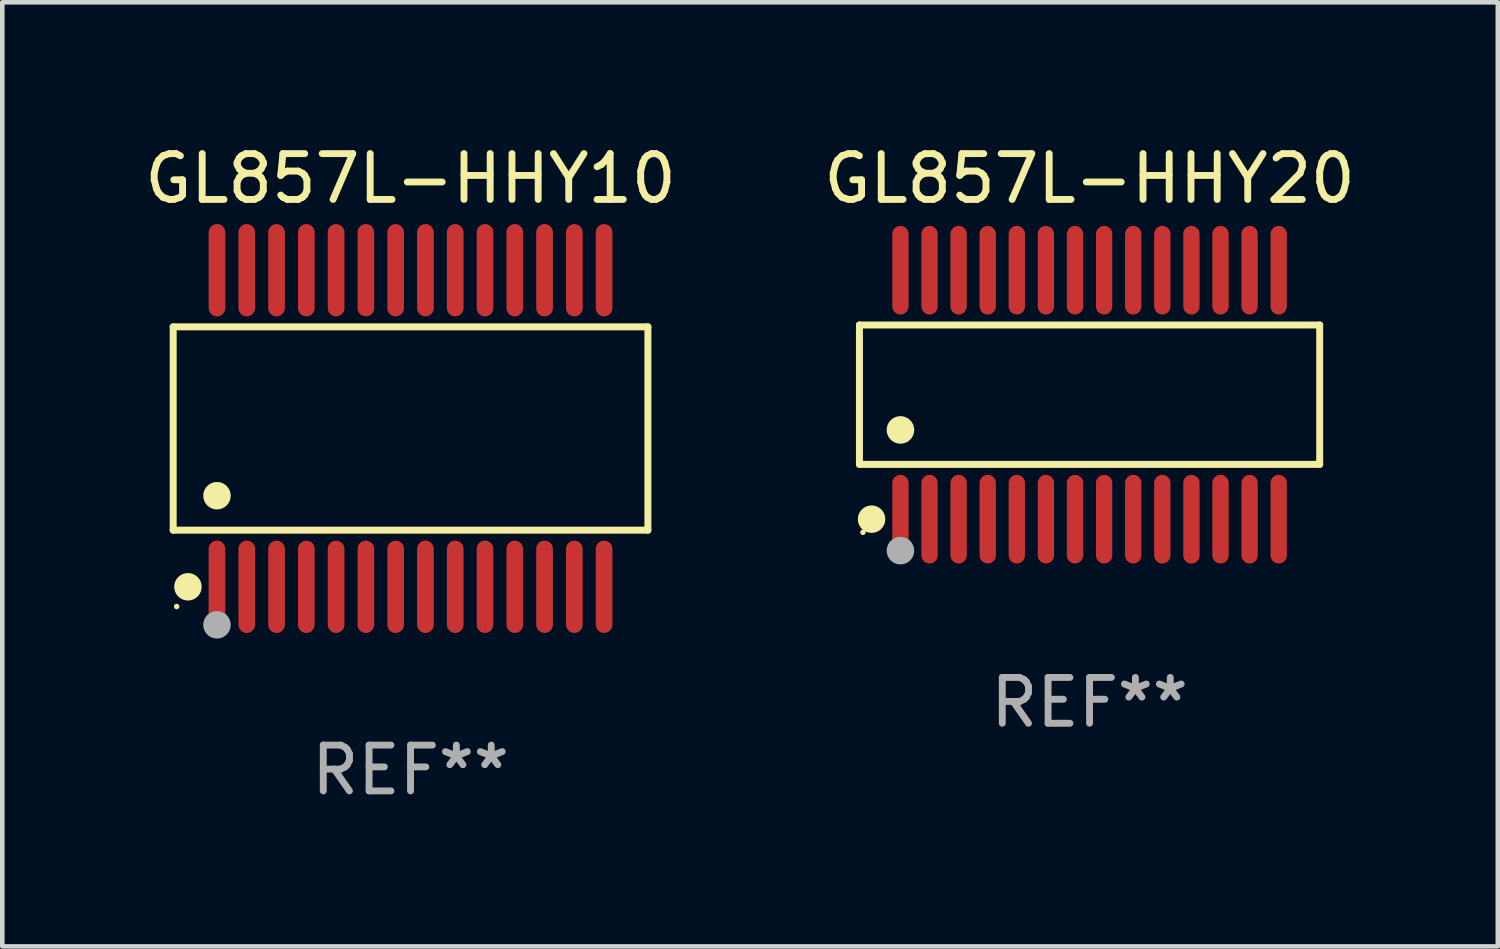
<source format=kicad_pcb>
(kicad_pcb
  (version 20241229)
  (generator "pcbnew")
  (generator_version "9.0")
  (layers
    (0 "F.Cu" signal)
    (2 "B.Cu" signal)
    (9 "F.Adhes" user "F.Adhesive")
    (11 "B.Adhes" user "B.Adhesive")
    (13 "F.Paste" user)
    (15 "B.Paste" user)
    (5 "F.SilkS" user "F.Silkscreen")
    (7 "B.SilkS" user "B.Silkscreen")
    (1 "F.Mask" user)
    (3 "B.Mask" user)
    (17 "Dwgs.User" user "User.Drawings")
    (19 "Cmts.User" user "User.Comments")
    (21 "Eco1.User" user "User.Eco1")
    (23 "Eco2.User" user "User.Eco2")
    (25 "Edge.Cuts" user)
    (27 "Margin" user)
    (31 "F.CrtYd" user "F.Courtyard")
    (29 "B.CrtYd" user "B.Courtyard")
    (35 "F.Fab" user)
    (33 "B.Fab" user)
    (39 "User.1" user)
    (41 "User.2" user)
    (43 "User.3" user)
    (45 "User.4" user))
  (footprint "GL857L-HHY10"
    (layer "F.Cu")
    (at 5.911 6.303)
    (property "Reference" "GL857L-HHY10" (at 0 -5.455 0) (layer "F.SilkS") (effects (font (size 1 1) (thickness 0.15))))
    (attr through_hole)
    (fp_line (start -5.181 -2.219) (end 5.181 -2.219) (stroke (width 0.152) (type solid)) (layer "F.SilkS"))
    (fp_line (start -5.181 2.219) (end -5.181 -2.219) (stroke (width 0.152) (type solid)) (layer "F.SilkS"))
    (fp_line (start 5.181 -2.219) (end 5.181 2.219) (stroke (width 0.152) (type solid)) (layer "F.SilkS"))
    (fp_line (start 5.181 2.219) (end -5.181 2.219) (stroke (width 0.152) (type solid)) (layer "F.SilkS"))
    (fp_circle (center -5.105 3.885) (end -5.075 3.885) (stroke (width 0.06) (type solid)) (fill no) (layer "F.SilkS"))
    (fp_circle (center -4.859 3.455) (end -4.709 3.455) (stroke (width 0.3) (type solid)) (fill no) (layer "F.SilkS"))
    (fp_circle (center -4.225 1.467) (end -4.075 1.467) (stroke (width 0.3) (type solid)) (fill no) (layer "F.SilkS"))
    (fp_circle (center -4.225 4.285) (end -4.075 4.285) (stroke (width 0.3) (type solid)) (fill no) (layer "F.Fab"))
    (fp_text user "REF**" (at 0 7.455 0) (layer "F.Fab") (effects (font (size 1 1) (thickness 0.15))))
    (pad "1" smd oval (at -4.225 3.455) (size 0.364 2.015) (layers "F.Cu" "F.Mask" "F.Paste"))
    (pad "2" smd oval (at -3.575 3.455) (size 0.364 2.015) (layers "F.Cu" "F.Mask" "F.Paste"))
    (pad "3" smd oval (at -2.925 3.455) (size 0.364 2.015) (layers "F.Cu" "F.Mask" "F.Paste"))
    (pad "4" smd oval (at -2.275 3.455) (size 0.364 2.015) (layers "F.Cu" "F.Mask" "F.Paste"))
    (pad "5" smd oval (at -1.625 3.455) (size 0.364 2.015) (layers "F.Cu" "F.Mask" "F.Paste"))
    (pad "6" smd oval (at -0.975 3.455) (size 0.364 2.015) (layers "F.Cu" "F.Mask" "F.Paste"))
    (pad "7" smd oval (at -0.325 3.455) (size 0.364 2.015) (layers "F.Cu" "F.Mask" "F.Paste"))
    (pad "8" smd oval (at 0.325 3.455) (size 0.364 2.015) (layers "F.Cu" "F.Mask" "F.Paste"))
    (pad "9" smd oval (at 0.975 3.455) (size 0.364 2.015) (layers "F.Cu" "F.Mask" "F.Paste"))
    (pad "10" smd oval (at 1.625 3.455) (size 0.364 2.015) (layers "F.Cu" "F.Mask" "F.Paste"))
    (pad "11" smd oval (at 2.275 3.455) (size 0.364 2.015) (layers "F.Cu" "F.Mask" "F.Paste"))
    (pad "12" smd oval (at 2.925 3.455) (size 0.364 2.015) (layers "F.Cu" "F.Mask" "F.Paste"))
    (pad "13" smd oval (at 3.575 3.455) (size 0.364 2.015) (layers "F.Cu" "F.Mask" "F.Paste"))
    (pad "14" smd oval (at 4.225 3.455) (size 0.364 2.015) (layers "F.Cu" "F.Mask" "F.Paste"))
    (pad "15" smd oval (at 4.225 -3.455) (size 0.364 2.015) (layers "F.Cu" "F.Mask" "F.Paste"))
    (pad "16" smd oval (at 3.575 -3.455) (size 0.364 2.015) (layers "F.Cu" "F.Mask" "F.Paste"))
    (pad "17" smd oval (at 2.925 -3.455) (size 0.364 2.015) (layers "F.Cu" "F.Mask" "F.Paste"))
    (pad "18" smd oval (at 2.275 -3.455) (size 0.364 2.015) (layers "F.Cu" "F.Mask" "F.Paste"))
    (pad "19" smd oval (at 1.625 -3.455) (size 0.364 2.015) (layers "F.Cu" "F.Mask" "F.Paste"))
    (pad "20" smd oval (at 0.975 -3.455) (size 0.364 2.015) (layers "F.Cu" "F.Mask" "F.Paste"))
    (pad "21" smd oval (at 0.325 -3.455) (size 0.364 2.015) (layers "F.Cu" "F.Mask" "F.Paste"))
    (pad "22" smd oval (at -0.325 -3.455) (size 0.364 2.015) (layers "F.Cu" "F.Mask" "F.Paste"))
    (pad "23" smd oval (at -0.975 -3.455) (size 0.364 2.015) (layers "F.Cu" "F.Mask" "F.Paste"))
    (pad "24" smd oval (at -1.625 -3.455) (size 0.364 2.015) (layers "F.Cu" "F.Mask" "F.Paste"))
    (pad "25" smd oval (at -2.275 -3.455) (size 0.364 2.015) (layers "F.Cu" "F.Mask" "F.Paste"))
    (pad "26" smd oval (at -2.925 -3.455) (size 0.364 2.015) (layers "F.Cu" "F.Mask" "F.Paste"))
    (pad "27" smd oval (at -3.575 -3.455) (size 0.364 2.015) (layers "F.Cu" "F.Mask" "F.Paste"))
    (pad "28" smd oval (at -4.225 -3.455) (size 0.364 2.015) (layers "F.Cu" "F.Mask" "F.Paste")))
  (footprint "GL857L-HHY20"
    (layer "F.Cu")
    (at 20.732 5.565)
    (property "Reference" "GL857L-HHY20" (at 0 -4.717 0) (layer "F.SilkS") (effects (font (size 1 1) (thickness 0.15))))
    (attr through_hole)
    (fp_line (start -5.023 -1.521) (end 5.023 -1.521) (stroke (width 0.152) (type solid)) (layer "F.SilkS"))
    (fp_line (start -5.023 1.521) (end -5.023 -1.521) (stroke (width 0.152) (type solid)) (layer "F.SilkS"))
    (fp_line (start 5.023 -1.521) (end 5.023 1.521) (stroke (width 0.152) (type solid)) (layer "F.SilkS"))
    (fp_line (start 5.023 1.521) (end -5.023 1.521) (stroke (width 0.152) (type solid)) (layer "F.SilkS"))
    (fp_circle (center -4.946 3.004) (end -4.916 3.004) (stroke (width 0.06) (type solid)) (fill no) (layer "F.SilkS"))
    (fp_circle (center -4.758 2.717) (end -4.608 2.717) (stroke (width 0.3) (type solid)) (fill no) (layer "F.SilkS"))
    (fp_circle (center -4.128 0.769) (end -3.977 0.769) (stroke (width 0.3) (type solid)) (fill no) (layer "F.SilkS"))
    (fp_circle (center -4.128 3.404) (end -3.977 3.404) (stroke (width 0.3) (type solid)) (fill no) (layer "F.Fab"))
    (fp_text user "REF**" (at 0 6.717 0) (layer "F.Fab") (effects (font (size 1 1) (thickness 0.15))))
    (pad "1" smd oval (at -4.128 2.717) (size 0.356 1.935) (layers "F.Cu" "F.Mask" "F.Paste"))
    (pad "2" smd oval (at -3.493 2.717) (size 0.356 1.935) (layers "F.Cu" "F.Mask" "F.Paste"))
    (pad "3" smd oval (at -2.858 2.717) (size 0.356 1.935) (layers "F.Cu" "F.Mask" "F.Paste"))
    (pad "4" smd oval (at -2.223 2.717) (size 0.356 1.935) (layers "F.Cu" "F.Mask" "F.Paste"))
    (pad "5" smd oval (at -1.588 2.717) (size 0.356 1.935) (layers "F.Cu" "F.Mask" "F.Paste"))
    (pad "6" smd oval (at -0.953 2.717) (size 0.356 1.935) (layers "F.Cu" "F.Mask" "F.Paste"))
    (pad "7" smd oval (at -0.318 2.717) (size 0.356 1.935) (layers "F.Cu" "F.Mask" "F.Paste"))
    (pad "8" smd oval (at 0.318 2.717) (size 0.356 1.935) (layers "F.Cu" "F.Mask" "F.Paste"))
    (pad "9" smd oval (at 0.953 2.717) (size 0.356 1.935) (layers "F.Cu" "F.Mask" "F.Paste"))
    (pad "10" smd oval (at 1.588 2.717) (size 0.356 1.935) (layers "F.Cu" "F.Mask" "F.Paste"))
    (pad "11" smd oval (at 2.223 2.717) (size 0.356 1.935) (layers "F.Cu" "F.Mask" "F.Paste"))
    (pad "12" smd oval (at 2.858 2.717) (size 0.356 1.935) (layers "F.Cu" "F.Mask" "F.Paste"))
    (pad "13" smd oval (at 3.493 2.717) (size 0.356 1.935) (layers "F.Cu" "F.Mask" "F.Paste"))
    (pad "14" smd oval (at 4.128 2.717) (size 0.356 1.935) (layers "F.Cu" "F.Mask" "F.Paste"))
    (pad "15" smd oval (at 4.128 -2.717) (size 0.356 1.935) (layers "F.Cu" "F.Mask" "F.Paste"))
    (pad "16" smd oval (at 3.493 -2.717) (size 0.356 1.935) (layers "F.Cu" "F.Mask" "F.Paste"))
    (pad "17" smd oval (at 2.858 -2.717) (size 0.356 1.935) (layers "F.Cu" "F.Mask" "F.Paste"))
    (pad "18" smd oval (at 2.223 -2.717) (size 0.356 1.935) (layers "F.Cu" "F.Mask" "F.Paste"))
    (pad "19" smd oval (at 1.588 -2.717) (size 0.356 1.935) (layers "F.Cu" "F.Mask" "F.Paste"))
    (pad "20" smd oval (at 0.953 -2.717) (size 0.356 1.935) (layers "F.Cu" "F.Mask" "F.Paste"))
    (pad "21" smd oval (at 0.318 -2.717) (size 0.356 1.935) (layers "F.Cu" "F.Mask" "F.Paste"))
    (pad "22" smd oval (at -0.318 -2.717) (size 0.356 1.935) (layers "F.Cu" "F.Mask" "F.Paste"))
    (pad "23" smd oval (at -0.953 -2.717) (size 0.356 1.935) (layers "F.Cu" "F.Mask" "F.Paste"))
    (pad "24" smd oval (at -1.588 -2.717) (size 0.356 1.935) (layers "F.Cu" "F.Mask" "F.Paste"))
    (pad "25" smd oval (at -2.223 -2.717) (size 0.356 1.935) (layers "F.Cu" "F.Mask" "F.Paste"))
    (pad "26" smd oval (at -2.858 -2.717) (size 0.356 1.935) (layers "F.Cu" "F.Mask" "F.Paste"))
    (pad "27" smd oval (at -3.493 -2.717) (size 0.356 1.935) (layers "F.Cu" "F.Mask" "F.Paste"))
    (pad "28" smd oval (at -4.128 -2.717) (size 0.356 1.935) (layers "F.Cu" "F.Mask" "F.Paste")))
  (gr_rect
    (start -3 -3)
    (end 29.643 17.607)
    (stroke (width 0.1) (type default))
    (fill no)
    (layer "Edge.Cuts")))
</source>
